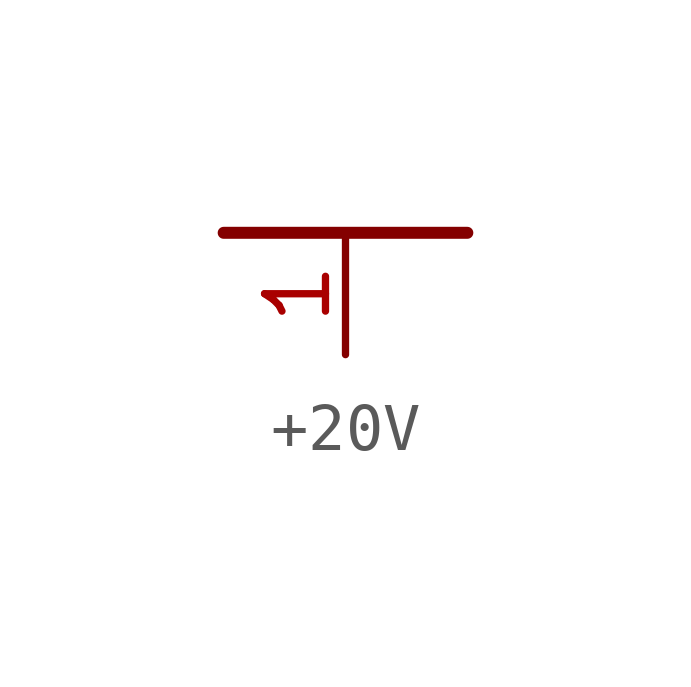
<source format=kicad_sym>
(kicad_symbol_lib
  (version 20231120)
  (generator "kicad_symbol_editor")
  (generator_version "8.0")
  (symbol "+20V"
    (power)
    (property "Reference" "#NetPort"
      (at 0 0 0)
      (effects (font (size 1.27 1.27)) (hide yes)))
    (property "ki_locked" ""
      (at 0 0 0)
      (effects (font (size 1.27 1.27))))
    (symbol "+20V_1_0"
      (polyline (pts (xy -2.54 0) (xy 2.54 0)) (stroke (width 0.25) (type solid)) (fill (type none)))
      (pin power_in line (at 0 -2.54 90) (length 2.54) (name "+20V" (effects (font (size 0 0)))) (number "1" (effects (font (size 1.27 1.27))))))))
</source>
